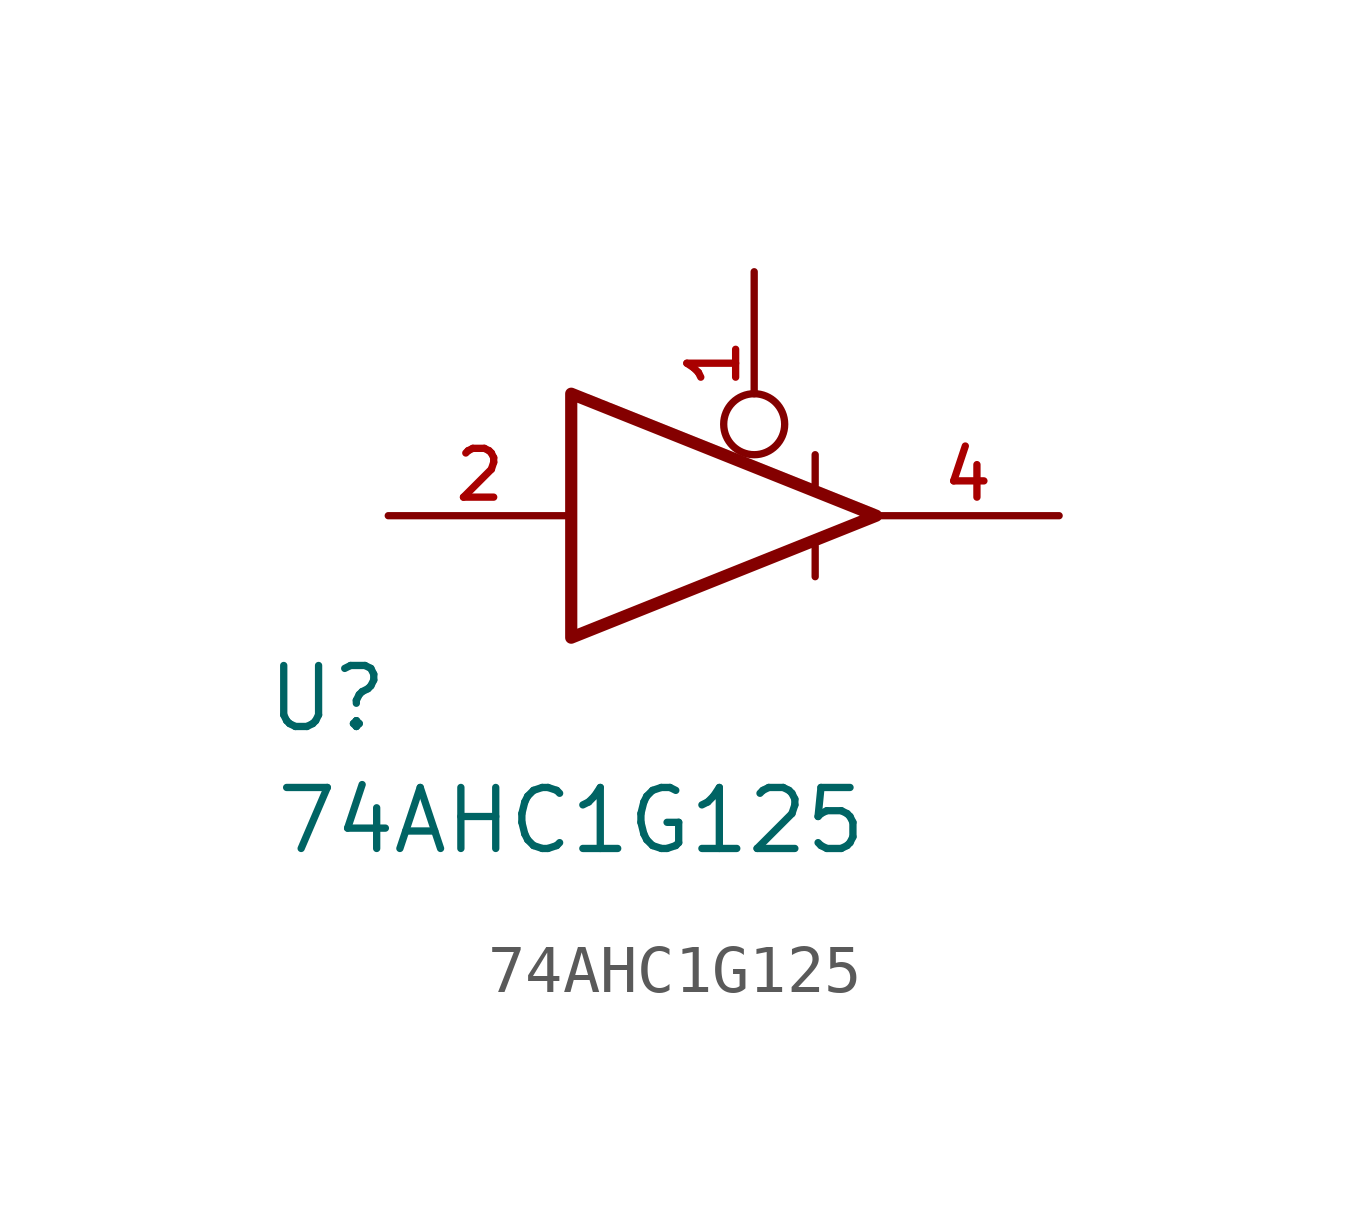
<source format=kicad_sym>
(kicad_symbol_lib
  (version 20220914)
  (generator kicad_symbol_editor)
  (symbol "74AHC1G125"
    (pin_names
      (offset 1.016))
    (property "Reference" "U"
      (at -8.89 -3.81 0)
      (effects (font (size 1.27 1.27))))
    (property "Value" "74AHC1G125"
      (at -3.81 -6.35 0)
      (effects (font (size 1.27 1.27))))
    (symbol "74AHC1G125_0_1"
      (polyline (pts (xy -3.81 2.54) (xy -3.81 -2.54) (xy 2.54 0) (xy -3.81 2.54)) (stroke (width 0.254) (type default)) (fill (type none))))
    (symbol "74AHC1G125_1_1"
      (pin input inverted (at 0 5.08 270) (length 3.81) (name "" (effects (font (size 1.016 1.016)))) (number "1" (effects (font (size 1.016 1.016)))))
      (pin input line (at -7.62 0 0) (length 3.81) (name "" (effects (font (size 1.016 1.016)))) (number "2" (effects (font (size 1.016 1.016)))))
      (pin power_in line (at 1.27 -1.27 90) (length 0.635) (name "" (effects (font (size 0 0)))) (number "3" (effects (font (size 0 0)))))
      (pin tri_state line (at 6.35 0 180) (length 3.81) (name "" (effects (font (size 1.016 1.016)))) (number "4" (effects (font (size 1.016 1.016)))))
      (pin power_in line (at 1.27 1.27 270) (length 0.635) (name "" (effects (font (size 0 0)))) (number "5" (effects (font (size 0 0))))))))
</source>
